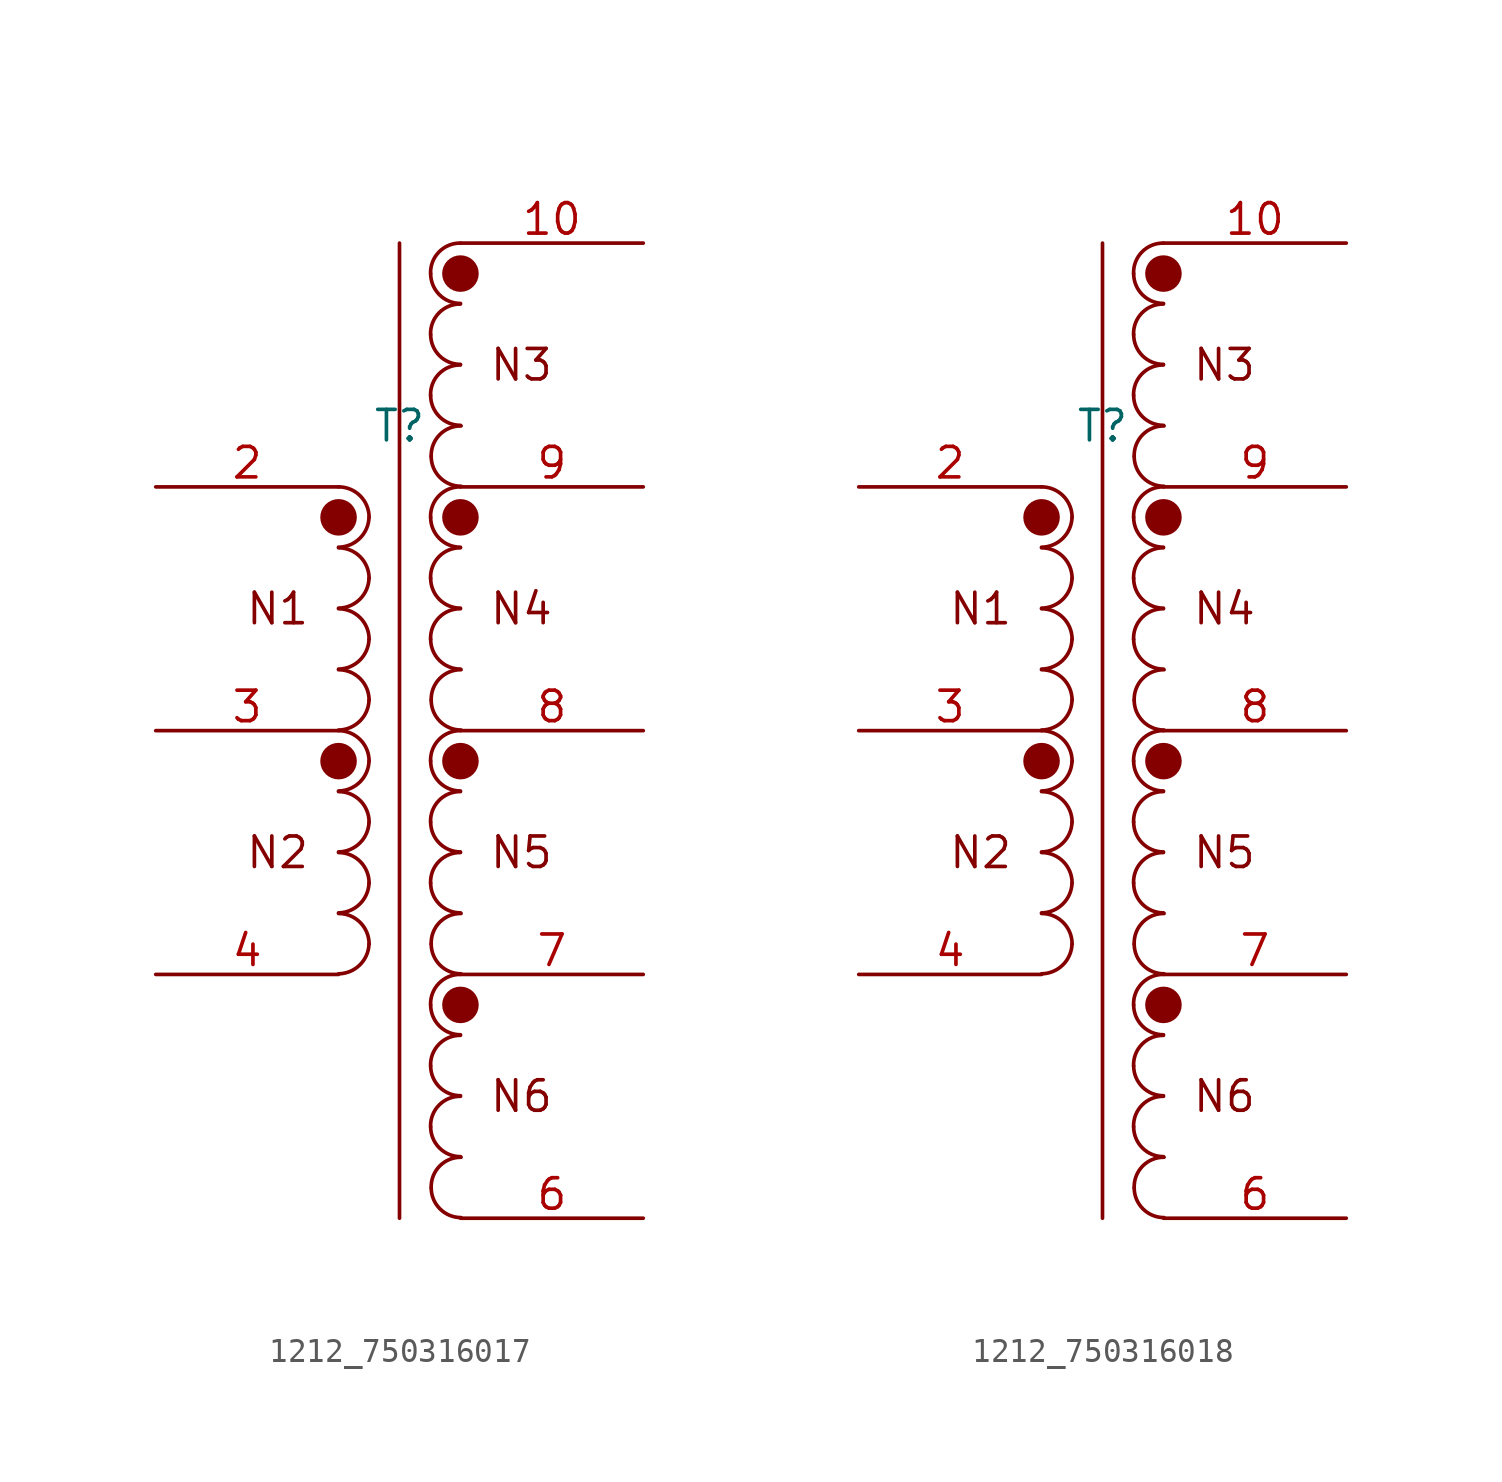
<source format=kicad_sym>
(kicad_symbol_lib
  (version 20220914)
  (generator kicad_symbol_editor)
  (symbol "1212_750316017"
    (pin_names hide)
    (property "Reference" "T"
      (at 0 12.7 0)
      (effects (font (size 1.27 1.27))))
    (symbol "1212_750316017_0_1"
      (arc (start -2.54 -10.1346) (mid -1.6561 -9.7663) (end -1.27 -8.89) (stroke (width 0) (type default)) (fill (type none)))
      (arc (start -2.54 -7.5946) (mid -1.6561 -7.2263) (end -1.27 -6.35) (stroke (width 0) (type default)) (fill (type none)))
      (arc (start -2.54 -5.0546) (mid -1.6561 -4.6863) (end -1.27 -3.81) (stroke (width 0) (type default)) (fill (type none)))
      (arc (start -2.54 -2.5146) (mid -1.6561 -2.1463) (end -1.27 -1.27) (stroke (width 0) (type default)) (fill (type none)))
      (arc (start -2.54 0.0254) (mid -1.6561 0.3937) (end -1.27 1.27) (stroke (width 0) (type default)) (fill (type none)))
      (arc (start -2.54 2.5654) (mid -1.6561 2.9337) (end -1.27 3.81) (stroke (width 0) (type default)) (fill (type none)))
      (arc (start -2.54 5.1054) (mid -1.6561 5.4737) (end -1.27 6.35) (stroke (width 0) (type default)) (fill (type none)))
      (arc (start -2.54 7.6454) (mid -1.6561 8.0137) (end -1.27 8.89) (stroke (width 0) (type default)) (fill (type none)))
      (arc (start -1.27 -8.89) (mid -1.642 -7.992) (end -2.54 -7.62) (stroke (width 0) (type default)) (fill (type none)))
      (arc (start -1.27 -6.35) (mid -1.642 -5.452) (end -2.54 -5.08) (stroke (width 0) (type default)) (fill (type none)))
      (arc (start -1.27 -3.81) (mid -1.642 -2.912) (end -2.54 -2.54) (stroke (width 0) (type default)) (fill (type none)))
      (arc (start -1.27 -1.27) (mid -1.642 -0.372) (end -2.54 0) (stroke (width 0) (type default)) (fill (type none)))
      (arc (start -1.27 1.27) (mid -1.642 2.168) (end -2.54 2.54) (stroke (width 0) (type default)) (fill (type none)))
      (arc (start -1.27 3.81) (mid -1.642 4.708) (end -2.54 5.08) (stroke (width 0) (type default)) (fill (type none)))
      (arc (start -1.27 6.35) (mid -1.642 7.248) (end -2.54 7.62) (stroke (width 0) (type default)) (fill (type none)))
      (arc (start -1.27 8.89) (mid -1.642 9.788) (end -2.54 10.16) (stroke (width 0) (type default)) (fill (type none)))
      (polyline (pts (xy 0 20.32) (xy 0 -20.32)) (stroke (width 0) (type default)) (fill (type none)))
      (arc (start 1.2954 -16.51) (mid 1.6599 -17.3901) (end 2.54 -17.7546) (stroke (width 0) (type default)) (fill (type none)))
      (arc (start 1.2954 -13.97) (mid 1.6599 -14.8501) (end 2.54 -15.2146) (stroke (width 0) (type default)) (fill (type none)))
      (arc (start 1.2954 -11.43) (mid 1.6599 -12.3101) (end 2.54 -12.6746) (stroke (width 0) (type default)) (fill (type none)))
      (arc (start 1.2954 -6.35) (mid 1.6599 -7.2301) (end 2.54 -7.5946) (stroke (width 0) (type default)) (fill (type none)))
      (arc (start 1.2954 -3.81) (mid 1.6599 -4.6901) (end 2.54 -5.0546) (stroke (width 0) (type default)) (fill (type none)))
      (arc (start 1.2954 -1.27) (mid 1.6599 -2.1501) (end 2.54 -2.5146) (stroke (width 0) (type default)) (fill (type none)))
      (arc (start 1.2954 3.81) (mid 1.6599 2.9299) (end 2.54 2.5654) (stroke (width 0) (type default)) (fill (type none)))
      (arc (start 1.2954 6.35) (mid 1.6599 5.4699) (end 2.54 5.1054) (stroke (width 0) (type default)) (fill (type none)))
      (arc (start 1.2954 8.89) (mid 1.6599 8.0099) (end 2.54 7.6454) (stroke (width 0) (type default)) (fill (type none)))
      (arc (start 1.2954 13.97) (mid 1.6599 13.0899) (end 2.54 12.7254) (stroke (width 0) (type default)) (fill (type none)))
      (arc (start 1.2954 16.51) (mid 1.6599 15.6299) (end 2.54 15.2654) (stroke (width 0) (type default)) (fill (type none)))
      (arc (start 1.2954 19.05) (mid 1.6599 18.1699) (end 2.54 17.8054) (stroke (width 0) (type default)) (fill (type none)))
      (arc (start 1.3208 -19.05) (mid 1.6855 -19.9299) (end 2.5654 -20.2946) (stroke (width 0) (type default)) (fill (type none)))
      (arc (start 1.3208 -8.89) (mid 1.6855 -9.7699) (end 2.5654 -10.1346) (stroke (width 0) (type default)) (fill (type none)))
      (arc (start 1.3208 1.27) (mid 1.6854 0.3901) (end 2.5654 0.0254) (stroke (width 0) (type default)) (fill (type none)))
      (arc (start 1.3208 11.43) (mid 1.6855 10.5501) (end 2.5654 10.1854) (stroke (width 0) (type default)) (fill (type none)))
      (arc (start 2.54 -15.24) (mid 1.6458 -15.6085) (end 1.2954 -16.51) (stroke (width 0) (type default)) (fill (type none)))
      (arc (start 2.54 -12.7) (mid 1.6458 -13.0685) (end 1.2954 -13.97) (stroke (width 0) (type default)) (fill (type none)))
      (arc (start 2.54 -10.16) (mid 1.6458 -10.5285) (end 1.2954 -11.43) (stroke (width 0) (type default)) (fill (type none)))
      (arc (start 2.54 -5.08) (mid 1.6458 -5.4485) (end 1.2954 -6.35) (stroke (width 0) (type default)) (fill (type none)))
      (arc (start 2.54 -2.54) (mid 1.6458 -2.9085) (end 1.2954 -3.81) (stroke (width 0) (type default)) (fill (type none)))
      (arc (start 2.54 0) (mid 1.6458 -0.3685) (end 1.2954 -1.27) (stroke (width 0) (type default)) (fill (type none)))
      (arc (start 2.54 5.08) (mid 1.6458 4.7115) (end 1.2954 3.81) (stroke (width 0) (type default)) (fill (type none)))
      (arc (start 2.54 7.62) (mid 1.6458 7.2515) (end 1.2954 6.35) (stroke (width 0) (type default)) (fill (type none)))
      (arc (start 2.54 10.16) (mid 1.6458 9.7915) (end 1.2954 8.89) (stroke (width 0) (type default)) (fill (type none)))
      (arc (start 2.54 15.24) (mid 1.6458 14.8715) (end 1.2954 13.97) (stroke (width 0) (type default)) (fill (type none)))
      (arc (start 2.54 17.78) (mid 1.6458 17.4115) (end 1.2954 16.51) (stroke (width 0) (type default)) (fill (type none)))
      (arc (start 2.54 20.32) (mid 1.6458 19.9515) (end 1.2954 19.05) (stroke (width 0) (type default)) (fill (type none)))
      (arc (start 2.5654 -17.78) (mid 1.6709 -18.1483) (end 1.3208 -19.05) (stroke (width 0) (type default)) (fill (type none)))
      (arc (start 2.5654 -7.62) (mid 1.6709 -7.9883) (end 1.3208 -8.89) (stroke (width 0) (type default)) (fill (type none)))
      (arc (start 2.5654 2.54) (mid 1.6709 2.1717) (end 1.3208 1.27) (stroke (width 0) (type default)) (fill (type none)))
      (arc (start 2.5654 12.7) (mid 1.6709 12.3317) (end 1.3208 11.43) (stroke (width 0) (type default)) (fill (type none))))
    (symbol "1212_750316017_1_1"
      (circle (center -2.54 -1.27) (radius 0.0001) (stroke (width 0.762) (type default)) (fill (type none)))
      (circle (center -2.54 8.89) (radius 0.0001) (stroke (width 0.762) (type default)) (fill (type none)))
      (circle (center 2.54 -11.43) (radius 0.0001) (stroke (width 0.762) (type default)) (fill (type none)))
      (circle (center 2.54 -1.27) (radius 0.0001) (stroke (width 0.762) (type default)) (fill (type none)))
      (circle (center 2.54 8.89) (radius 0.0001) (stroke (width 0.762) (type default)) (fill (type none)))
      (circle (center 2.54 19.05) (radius 0.0001) (stroke (width 0.762) (type default)) (fill (type none)))
      (text "N1" (at -5.08 5.08 0) (effects (font (size 1.27 1.27))))
      (text "N2" (at -5.08 -5.08 0) (effects (font (size 1.27 1.27))))
      (text "N3" (at 5.08 15.24 0) (effects (font (size 1.27 1.27))))
      (text "N4" (at 5.08 5.08 0) (effects (font (size 1.27 1.27))))
      (text "N5" (at 5.08 -5.08 0) (effects (font (size 1.27 1.27))))
      (text "N6" (at 5.08 -15.24 0) (effects (font (size 1.27 1.27))))
      (pin passive line (at 10.16 20.32 180) (length 7.62) (name "10" (effects (font (size 1.27 1.27)))) (number "10" (effects (font (size 1.27 1.27)))))
      (pin passive line (at -10.16 10.16 0) (length 7.62) (name "2" (effects (font (size 1.27 1.27)))) (number "2" (effects (font (size 1.27 1.27)))))
      (pin passive line (at -10.16 0 0) (length 7.62) (name "3" (effects (font (size 1.27 1.27)))) (number "3" (effects (font (size 1.27 1.27)))))
      (pin passive line (at -10.16 -10.16 0) (length 7.62) (name "4" (effects (font (size 1.27 1.27)))) (number "4" (effects (font (size 1.27 1.27)))))
      (pin passive line (at 10.16 -20.32 180) (length 7.62) (name "6" (effects (font (size 1.27 1.27)))) (number "6" (effects (font (size 1.27 1.27)))))
      (pin passive line (at 10.16 -10.16 180) (length 7.62) (name "7" (effects (font (size 1.27 1.27)))) (number "7" (effects (font (size 1.27 1.27)))))
      (pin passive line (at 10.16 0 180) (length 7.62) (name "8" (effects (font (size 1.27 1.27)))) (number "8" (effects (font (size 1.27 1.27)))))
      (pin passive line (at 10.16 10.16 180) (length 7.62) (name "9" (effects (font (size 1.27 1.27)))) (number "9" (effects (font (size 1.27 1.27)))))))
  (symbol "1212_750316018"
    (pin_names hide)
    (property "Reference" "T"
      (at 0 12.7 0)
      (effects (font (size 1.27 1.27))))
    (symbol "1212_750316018_0_1"
      (arc (start -2.54 -10.1346) (mid -1.6561 -9.7663) (end -1.27 -8.89) (stroke (width 0) (type default)) (fill (type none)))
      (arc (start -2.54 -7.5946) (mid -1.6561 -7.2263) (end -1.27 -6.35) (stroke (width 0) (type default)) (fill (type none)))
      (arc (start -2.54 -5.0546) (mid -1.6561 -4.6863) (end -1.27 -3.81) (stroke (width 0) (type default)) (fill (type none)))
      (arc (start -2.54 -2.5146) (mid -1.6561 -2.1463) (end -1.27 -1.27) (stroke (width 0) (type default)) (fill (type none)))
      (arc (start -2.54 0.0254) (mid -1.6561 0.3937) (end -1.27 1.27) (stroke (width 0) (type default)) (fill (type none)))
      (arc (start -2.54 2.5654) (mid -1.6561 2.9337) (end -1.27 3.81) (stroke (width 0) (type default)) (fill (type none)))
      (arc (start -2.54 5.1054) (mid -1.6561 5.4737) (end -1.27 6.35) (stroke (width 0) (type default)) (fill (type none)))
      (arc (start -2.54 7.6454) (mid -1.6561 8.0137) (end -1.27 8.89) (stroke (width 0) (type default)) (fill (type none)))
      (arc (start -1.27 -8.89) (mid -1.642 -7.992) (end -2.54 -7.62) (stroke (width 0) (type default)) (fill (type none)))
      (arc (start -1.27 -6.35) (mid -1.642 -5.452) (end -2.54 -5.08) (stroke (width 0) (type default)) (fill (type none)))
      (arc (start -1.27 -3.81) (mid -1.642 -2.912) (end -2.54 -2.54) (stroke (width 0) (type default)) (fill (type none)))
      (arc (start -1.27 -1.27) (mid -1.642 -0.372) (end -2.54 0) (stroke (width 0) (type default)) (fill (type none)))
      (arc (start -1.27 1.27) (mid -1.642 2.168) (end -2.54 2.54) (stroke (width 0) (type default)) (fill (type none)))
      (arc (start -1.27 3.81) (mid -1.642 4.708) (end -2.54 5.08) (stroke (width 0) (type default)) (fill (type none)))
      (arc (start -1.27 6.35) (mid -1.642 7.248) (end -2.54 7.62) (stroke (width 0) (type default)) (fill (type none)))
      (arc (start -1.27 8.89) (mid -1.642 9.788) (end -2.54 10.16) (stroke (width 0) (type default)) (fill (type none)))
      (polyline (pts (xy 0 20.32) (xy 0 -20.32)) (stroke (width 0) (type default)) (fill (type none)))
      (arc (start 1.2954 -16.51) (mid 1.6599 -17.3901) (end 2.54 -17.7546) (stroke (width 0) (type default)) (fill (type none)))
      (arc (start 1.2954 -13.97) (mid 1.6599 -14.8501) (end 2.54 -15.2146) (stroke (width 0) (type default)) (fill (type none)))
      (arc (start 1.2954 -11.43) (mid 1.6599 -12.3101) (end 2.54 -12.6746) (stroke (width 0) (type default)) (fill (type none)))
      (arc (start 1.2954 -6.35) (mid 1.6599 -7.2301) (end 2.54 -7.5946) (stroke (width 0) (type default)) (fill (type none)))
      (arc (start 1.2954 -3.81) (mid 1.6599 -4.6901) (end 2.54 -5.0546) (stroke (width 0) (type default)) (fill (type none)))
      (arc (start 1.2954 -1.27) (mid 1.6599 -2.1501) (end 2.54 -2.5146) (stroke (width 0) (type default)) (fill (type none)))
      (arc (start 1.2954 3.81) (mid 1.6599 2.9299) (end 2.54 2.5654) (stroke (width 0) (type default)) (fill (type none)))
      (arc (start 1.2954 6.35) (mid 1.6599 5.4699) (end 2.54 5.1054) (stroke (width 0) (type default)) (fill (type none)))
      (arc (start 1.2954 8.89) (mid 1.6599 8.0099) (end 2.54 7.6454) (stroke (width 0) (type default)) (fill (type none)))
      (arc (start 1.2954 13.97) (mid 1.6599 13.0899) (end 2.54 12.7254) (stroke (width 0) (type default)) (fill (type none)))
      (arc (start 1.2954 16.51) (mid 1.6599 15.6299) (end 2.54 15.2654) (stroke (width 0) (type default)) (fill (type none)))
      (arc (start 1.2954 19.05) (mid 1.6599 18.1699) (end 2.54 17.8054) (stroke (width 0) (type default)) (fill (type none)))
      (arc (start 1.3208 -19.05) (mid 1.6855 -19.9299) (end 2.5654 -20.2946) (stroke (width 0) (type default)) (fill (type none)))
      (arc (start 1.3208 -8.89) (mid 1.6855 -9.7699) (end 2.5654 -10.1346) (stroke (width 0) (type default)) (fill (type none)))
      (arc (start 1.3208 1.27) (mid 1.6854 0.3901) (end 2.5654 0.0254) (stroke (width 0) (type default)) (fill (type none)))
      (arc (start 1.3208 11.43) (mid 1.6855 10.5501) (end 2.5654 10.1854) (stroke (width 0) (type default)) (fill (type none)))
      (arc (start 2.54 -15.24) (mid 1.6458 -15.6085) (end 1.2954 -16.51) (stroke (width 0) (type default)) (fill (type none)))
      (arc (start 2.54 -12.7) (mid 1.6458 -13.0685) (end 1.2954 -13.97) (stroke (width 0) (type default)) (fill (type none)))
      (arc (start 2.54 -10.16) (mid 1.6458 -10.5285) (end 1.2954 -11.43) (stroke (width 0) (type default)) (fill (type none)))
      (arc (start 2.54 -5.08) (mid 1.6458 -5.4485) (end 1.2954 -6.35) (stroke (width 0) (type default)) (fill (type none)))
      (arc (start 2.54 -2.54) (mid 1.6458 -2.9085) (end 1.2954 -3.81) (stroke (width 0) (type default)) (fill (type none)))
      (arc (start 2.54 0) (mid 1.6458 -0.3685) (end 1.2954 -1.27) (stroke (width 0) (type default)) (fill (type none)))
      (arc (start 2.54 5.08) (mid 1.6458 4.7115) (end 1.2954 3.81) (stroke (width 0) (type default)) (fill (type none)))
      (arc (start 2.54 7.62) (mid 1.6458 7.2515) (end 1.2954 6.35) (stroke (width 0) (type default)) (fill (type none)))
      (arc (start 2.54 10.16) (mid 1.6458 9.7915) (end 1.2954 8.89) (stroke (width 0) (type default)) (fill (type none)))
      (arc (start 2.54 15.24) (mid 1.6458 14.8715) (end 1.2954 13.97) (stroke (width 0) (type default)) (fill (type none)))
      (arc (start 2.54 17.78) (mid 1.6458 17.4115) (end 1.2954 16.51) (stroke (width 0) (type default)) (fill (type none)))
      (arc (start 2.54 20.32) (mid 1.6458 19.9515) (end 1.2954 19.05) (stroke (width 0) (type default)) (fill (type none)))
      (arc (start 2.5654 -17.78) (mid 1.6709 -18.1483) (end 1.3208 -19.05) (stroke (width 0) (type default)) (fill (type none)))
      (arc (start 2.5654 -7.62) (mid 1.6709 -7.9883) (end 1.3208 -8.89) (stroke (width 0) (type default)) (fill (type none)))
      (arc (start 2.5654 2.54) (mid 1.6709 2.1717) (end 1.3208 1.27) (stroke (width 0) (type default)) (fill (type none)))
      (arc (start 2.5654 12.7) (mid 1.6709 12.3317) (end 1.3208 11.43) (stroke (width 0) (type default)) (fill (type none))))
    (symbol "1212_750316018_1_1"
      (circle (center -2.54 -1.27) (radius 0.0001) (stroke (width 0.762) (type default)) (fill (type none)))
      (circle (center -2.54 8.89) (radius 0.0001) (stroke (width 0.762) (type default)) (fill (type none)))
      (circle (center 2.54 -11.43) (radius 0.0001) (stroke (width 0.762) (type default)) (fill (type none)))
      (circle (center 2.54 -1.27) (radius 0.0001) (stroke (width 0.762) (type default)) (fill (type none)))
      (circle (center 2.54 8.89) (radius 0.0001) (stroke (width 0.762) (type default)) (fill (type none)))
      (circle (center 2.54 19.05) (radius 0.0001) (stroke (width 0.762) (type default)) (fill (type none)))
      (text "N1" (at -5.08 5.08 0) (effects (font (size 1.27 1.27))))
      (text "N2" (at -5.08 -5.08 0) (effects (font (size 1.27 1.27))))
      (text "N3" (at 5.08 15.24 0) (effects (font (size 1.27 1.27))))
      (text "N4" (at 5.08 5.08 0) (effects (font (size 1.27 1.27))))
      (text "N5" (at 5.08 -5.08 0) (effects (font (size 1.27 1.27))))
      (text "N6" (at 5.08 -15.24 0) (effects (font (size 1.27 1.27))))
      (pin passive line (at 10.16 20.32 180) (length 7.62) (name "10" (effects (font (size 1.27 1.27)))) (number "10" (effects (font (size 1.27 1.27)))))
      (pin passive line (at -10.16 10.16 0) (length 7.62) (name "2" (effects (font (size 1.27 1.27)))) (number "2" (effects (font (size 1.27 1.27)))))
      (pin passive line (at -10.16 0 0) (length 7.62) (name "3" (effects (font (size 1.27 1.27)))) (number "3" (effects (font (size 1.27 1.27)))))
      (pin passive line (at -10.16 -10.16 0) (length 7.62) (name "4" (effects (font (size 1.27 1.27)))) (number "4" (effects (font (size 1.27 1.27)))))
      (pin passive line (at 10.16 -20.32 180) (length 7.62) (name "6" (effects (font (size 1.27 1.27)))) (number "6" (effects (font (size 1.27 1.27)))))
      (pin passive line (at 10.16 -10.16 180) (length 7.62) (name "7" (effects (font (size 1.27 1.27)))) (number "7" (effects (font (size 1.27 1.27)))))
      (pin passive line (at 10.16 0 180) (length 7.62) (name "8" (effects (font (size 1.27 1.27)))) (number "8" (effects (font (size 1.27 1.27)))))
      (pin passive line (at 10.16 10.16 180) (length 7.62) (name "9" (effects (font (size 1.27 1.27)))) (number "9" (effects (font (size 1.27 1.27))))))))
</source>
